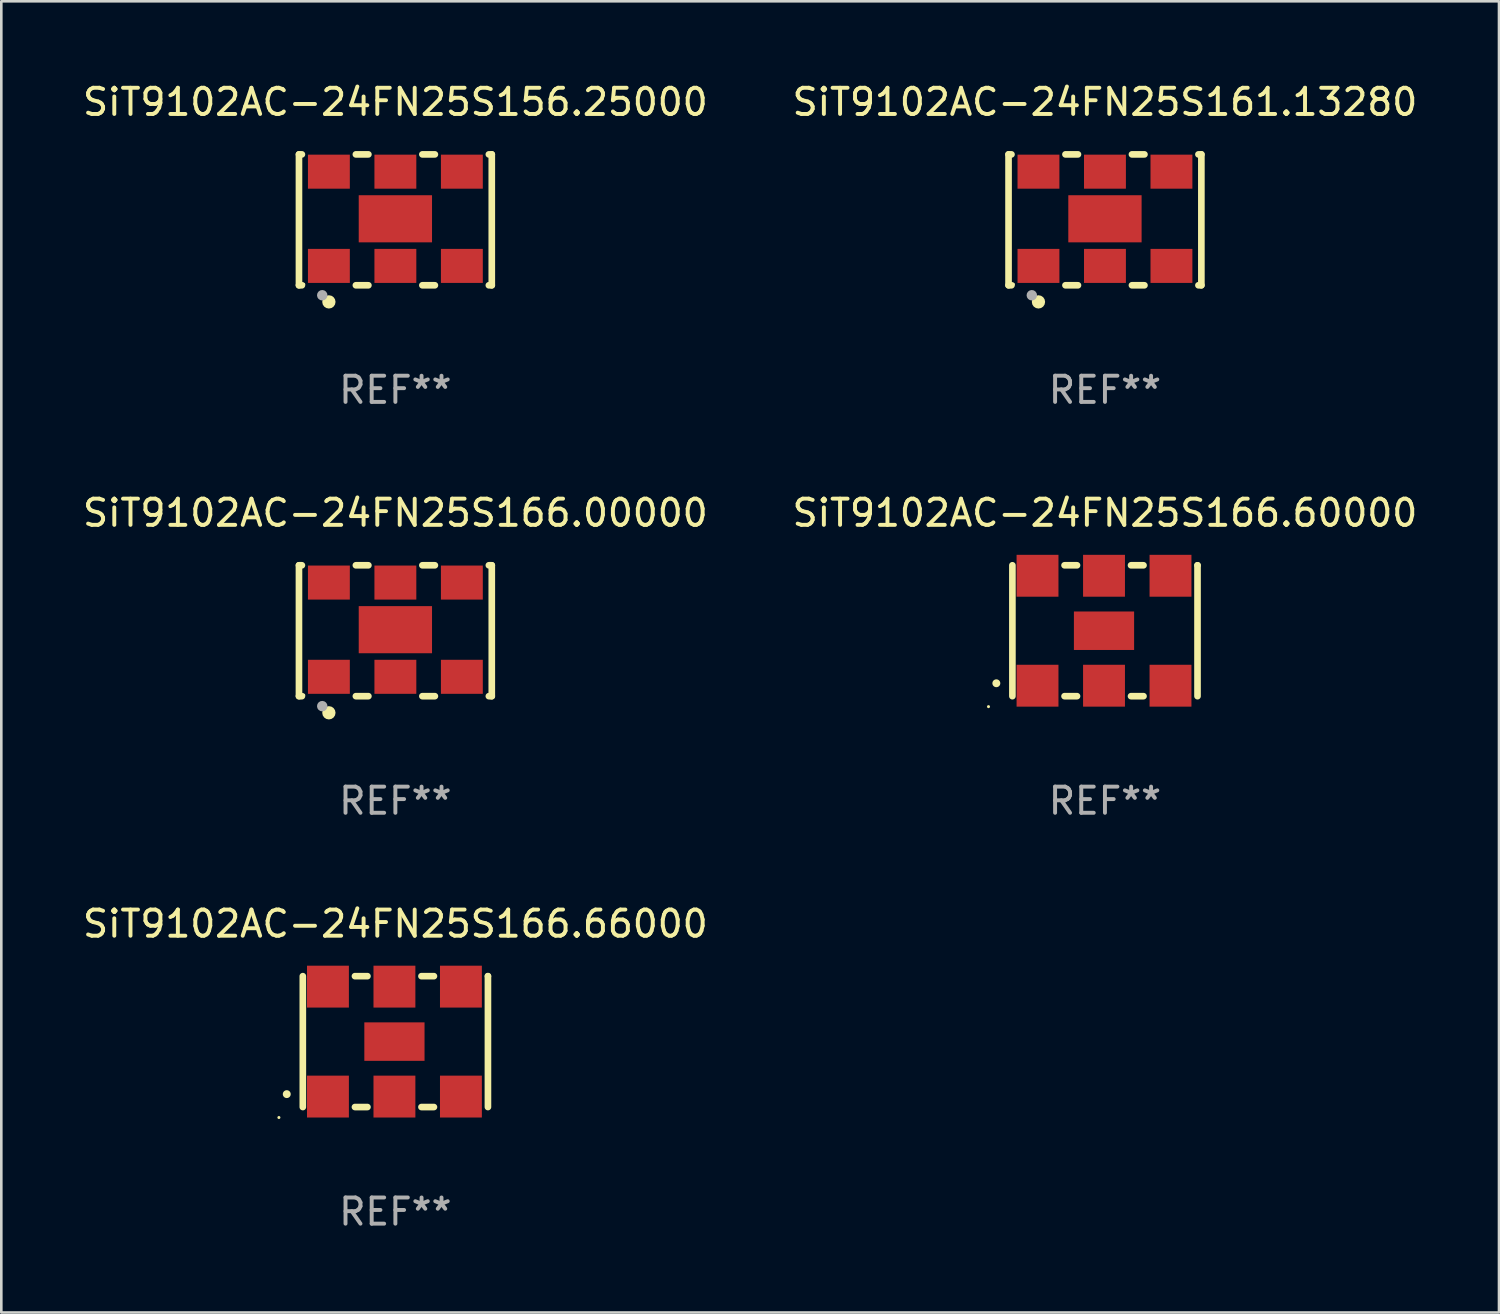
<source format=kicad_pcb>
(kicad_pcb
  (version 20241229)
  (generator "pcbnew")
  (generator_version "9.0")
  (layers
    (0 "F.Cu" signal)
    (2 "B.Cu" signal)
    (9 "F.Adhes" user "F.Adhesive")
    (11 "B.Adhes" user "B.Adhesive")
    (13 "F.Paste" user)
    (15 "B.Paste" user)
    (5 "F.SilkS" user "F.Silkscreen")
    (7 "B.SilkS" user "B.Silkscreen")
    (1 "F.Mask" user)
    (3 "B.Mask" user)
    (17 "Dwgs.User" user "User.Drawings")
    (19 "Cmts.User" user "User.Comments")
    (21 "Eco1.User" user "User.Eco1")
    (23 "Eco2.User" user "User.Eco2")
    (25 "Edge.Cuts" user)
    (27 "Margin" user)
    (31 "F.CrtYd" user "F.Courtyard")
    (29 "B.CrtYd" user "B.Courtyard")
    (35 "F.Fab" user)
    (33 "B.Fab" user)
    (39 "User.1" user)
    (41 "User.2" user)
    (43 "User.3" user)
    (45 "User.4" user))
  (footprint "SiT9102AC-24FN25S156.25000"
    (layer "F.Cu")
    (at 12.054 5.348)
    (property "Reference" "SiT9102AC-24FN25S156.25000" (at 0 -4.5 0) (layer "F.SilkS") (effects (font (size 1 1) (thickness 0.15))))
    (attr through_hole)
    (fp_line (start -3.683 -2.5) (end -3.571 -2.5) (stroke (width 0.254) (type solid)) (layer "F.SilkS"))
    (fp_line (start -3.683 2.5) (end -3.683 -2.5) (stroke (width 0.254) (type solid)) (layer "F.SilkS"))
    (fp_line (start -3.683 2.5) (end -3.571 2.5) (stroke (width 0.254) (type solid)) (layer "F.SilkS"))
    (fp_line (start -1.509 -2.5) (end -1.031 -2.5) (stroke (width 0.254) (type solid)) (layer "F.SilkS"))
    (fp_line (start -1.509 2.5) (end -1.031 2.5) (stroke (width 0.254) (type solid)) (layer "F.SilkS"))
    (fp_line (start 1.031 -2.5) (end 1.509 -2.5) (stroke (width 0.254) (type solid)) (layer "F.SilkS"))
    (fp_line (start 1.031 2.5) (end 1.509 2.5) (stroke (width 0.254) (type solid)) (layer "F.SilkS"))
    (fp_line (start 3.571 -2.5) (end 3.683 -2.5) (stroke (width 0.254) (type solid)) (layer "F.SilkS"))
    (fp_line (start 3.571 2.5) (end 3.683 2.5) (stroke (width 0.254) (type solid)) (layer "F.SilkS"))
    (fp_line (start 3.683 2.5) (end 3.683 -2.5) (stroke (width 0.254) (type solid)) (layer "F.SilkS"))
    (fp_circle (center -3.5 2.46) (end -3.47 2.46) (stroke (width 0.06) (type solid)) (fill no) (layer "F.SilkS"))
    (fp_circle (center -2.54 3.135) (end -2.413 3.135) (stroke (width 0.254) (type solid)) (fill no) (layer "F.SilkS"))
    (fp_circle (center -2.794 2.881) (end -2.694 2.881) (stroke (width 0.2) (type solid)) (fill no) (layer "F.Fab"))
    (fp_text user "REF**" (at 0 6.5 0) (layer "F.Fab") (effects (font (size 1 1) (thickness 0.15))))
    (pad "1" smd rect (at -2.54 1.76) (size 1.6 1.3) (layers "F.Cu" "F.Mask" "F.Paste"))
    (pad "2" smd rect (at 0 1.76) (size 1.6 1.3) (layers "F.Cu" "F.Mask" "F.Paste"))
    (pad "3" smd rect (at 2.54 1.76) (size 1.6 1.3) (layers "F.Cu" "F.Mask" "F.Paste"))
    (pad "4" smd rect (at 2.54 -1.84) (size 1.6 1.3) (layers "F.Cu" "F.Mask" "F.Paste"))
    (pad "5" smd rect (at 0 -1.84) (size 1.6 1.3) (layers "F.Cu" "F.Mask" "F.Paste"))
    (pad "6" smd rect (at -2.54 -1.84) (size 1.6 1.3) (layers "F.Cu" "F.Mask" "F.Paste"))
    (pad "7" smd rect (at 0 -0.04) (size 2.8 1.8) (layers "F.Cu" "F.Mask" "F.Paste")))
  (footprint "SiT9102AC-24FN25S166.66000"
    (layer "F.Cu")
    (at 12.054 36.741)
    (property "Reference" "SiT9102AC-24FN25S166.66000" (at 0 -4.5 0) (layer "F.SilkS") (effects (font (size 1 1) (thickness 0.15))))
    (attr through_hole)
    (fp_line (start -3.536 -2.5) (end -3.536 2.5) (stroke (width 0.254) (type solid)) (layer "F.SilkS"))
    (fp_line (start -1.544 2.5) (end -1.067 2.5) (stroke (width 0.254) (type solid)) (layer "F.SilkS"))
    (fp_line (start -1.067 -2.5) (end -1.544 -2.5) (stroke (width 0.254) (type solid)) (layer "F.SilkS"))
    (fp_line (start 0.996 2.5) (end 1.473 2.5) (stroke (width 0.254) (type solid)) (layer "F.SilkS"))
    (fp_line (start 1.473 -2.5) (end 0.996 -2.5) (stroke (width 0.254) (type solid)) (layer "F.SilkS"))
    (fp_line (start 3.536 -2.5) (end 3.536 -2.5) (stroke (width 0.254) (type solid)) (layer "F.SilkS"))
    (fp_line (start 3.536 2.5) (end 3.536 -2.5) (stroke (width 0.254) (type solid)) (layer "F.SilkS"))
    (fp_arc (start -4.150432 2.006604) (mid -4.149162 2.006599) (end -4.147892 2.006604) (stroke (width 0.3) (type solid)) (layer "F.SilkS"))
    (fp_circle (center -4.449 2.9) (end -4.419 2.9) (stroke (width 0.06) (type solid)) (fill no) (layer "F.SilkS"))
    (fp_text user "REF**" (at 0 6.5 0) (layer "F.Fab") (effects (font (size 1 1) (thickness 0.15))))
    (pad "1" smd rect (at -2.576 2.1) (size 1.6 1.6) (layers "F.Cu" "F.Mask" "F.Paste"))
    (pad "2" smd rect (at -0.036 2.1) (size 1.6 1.6) (layers "F.Cu" "F.Mask" "F.Paste"))
    (pad "3" smd rect (at 2.504 2.1) (size 1.6 1.6) (layers "F.Cu" "F.Mask" "F.Paste"))
    (pad "4" smd rect (at 2.504 -2.1) (size 1.6 1.6) (layers "F.Cu" "F.Mask" "F.Paste"))
    (pad "5" smd rect (at -0.036 -2.1) (size 1.6 1.6) (layers "F.Cu" "F.Mask" "F.Paste"))
    (pad "6" smd rect (at -2.576 -2.1) (size 1.6 1.6) (layers "F.Cu" "F.Mask" "F.Paste"))
    (pad "7" smd rect (at -0.036 0) (size 2.3 1.47) (layers "F.Cu" "F.Mask" "F.Paste")))
  (footprint "SiT9102AC-24FN25S166.60000"
    (layer "F.Cu")
    (at 39.161 21.045)
    (property "Reference" "SiT9102AC-24FN25S166.60000" (at 0 -4.5 0) (layer "F.SilkS") (effects (font (size 1 1) (thickness 0.15))))
    (attr through_hole)
    (fp_line (start -3.536 -2.5) (end -3.536 2.5) (stroke (width 0.254) (type solid)) (layer "F.SilkS"))
    (fp_line (start -1.544 2.5) (end -1.067 2.5) (stroke (width 0.254) (type solid)) (layer "F.SilkS"))
    (fp_line (start -1.067 -2.5) (end -1.544 -2.5) (stroke (width 0.254) (type solid)) (layer "F.SilkS"))
    (fp_line (start 0.996 2.5) (end 1.473 2.5) (stroke (width 0.254) (type solid)) (layer "F.SilkS"))
    (fp_line (start 1.473 -2.5) (end 0.996 -2.5) (stroke (width 0.254) (type solid)) (layer "F.SilkS"))
    (fp_line (start 3.536 -2.5) (end 3.536 -2.5) (stroke (width 0.254) (type solid)) (layer "F.SilkS"))
    (fp_line (start 3.536 2.5) (end 3.536 -2.5) (stroke (width 0.254) (type solid)) (layer "F.SilkS"))
    (fp_arc (start -4.150432 2.006604) (mid -4.149162 2.006599) (end -4.147892 2.006604) (stroke (width 0.3) (type solid)) (layer "F.SilkS"))
    (fp_circle (center -4.449 2.9) (end -4.419 2.9) (stroke (width 0.06) (type solid)) (fill no) (layer "F.SilkS"))
    (fp_text user "REF**" (at 0 6.5 0) (layer "F.Fab") (effects (font (size 1 1) (thickness 0.15))))
    (pad "1" smd rect (at -2.576 2.1) (size 1.6 1.6) (layers "F.Cu" "F.Mask" "F.Paste"))
    (pad "2" smd rect (at -0.036 2.1) (size 1.6 1.6) (layers "F.Cu" "F.Mask" "F.Paste"))
    (pad "3" smd rect (at 2.504 2.1) (size 1.6 1.6) (layers "F.Cu" "F.Mask" "F.Paste"))
    (pad "4" smd rect (at 2.504 -2.1) (size 1.6 1.6) (layers "F.Cu" "F.Mask" "F.Paste"))
    (pad "5" smd rect (at -0.036 -2.1) (size 1.6 1.6) (layers "F.Cu" "F.Mask" "F.Paste"))
    (pad "6" smd rect (at -2.576 -2.1) (size 1.6 1.6) (layers "F.Cu" "F.Mask" "F.Paste"))
    (pad "7" smd rect (at -0.036 0) (size 2.3 1.47) (layers "F.Cu" "F.Mask" "F.Paste")))
  (footprint "SiT9102AC-24FN25S161.13280"
    (layer "F.Cu")
    (at 39.161 5.348)
    (property "Reference" "SiT9102AC-24FN25S161.13280" (at 0 -4.5 0) (layer "F.SilkS") (effects (font (size 1 1) (thickness 0.15))))
    (attr through_hole)
    (fp_line (start -3.683 -2.5) (end -3.571 -2.5) (stroke (width 0.254) (type solid)) (layer "F.SilkS"))
    (fp_line (start -3.683 2.5) (end -3.683 -2.5) (stroke (width 0.254) (type solid)) (layer "F.SilkS"))
    (fp_line (start -3.683 2.5) (end -3.571 2.5) (stroke (width 0.254) (type solid)) (layer "F.SilkS"))
    (fp_line (start -1.509 -2.5) (end -1.031 -2.5) (stroke (width 0.254) (type solid)) (layer "F.SilkS"))
    (fp_line (start -1.509 2.5) (end -1.031 2.5) (stroke (width 0.254) (type solid)) (layer "F.SilkS"))
    (fp_line (start 1.031 -2.5) (end 1.509 -2.5) (stroke (width 0.254) (type solid)) (layer "F.SilkS"))
    (fp_line (start 1.031 2.5) (end 1.509 2.5) (stroke (width 0.254) (type solid)) (layer "F.SilkS"))
    (fp_line (start 3.571 -2.5) (end 3.683 -2.5) (stroke (width 0.254) (type solid)) (layer "F.SilkS"))
    (fp_line (start 3.571 2.5) (end 3.683 2.5) (stroke (width 0.254) (type solid)) (layer "F.SilkS"))
    (fp_line (start 3.683 2.5) (end 3.683 -2.5) (stroke (width 0.254) (type solid)) (layer "F.SilkS"))
    (fp_circle (center -3.5 2.46) (end -3.47 2.46) (stroke (width 0.06) (type solid)) (fill no) (layer "F.SilkS"))
    (fp_circle (center -2.54 3.135) (end -2.413 3.135) (stroke (width 0.254) (type solid)) (fill no) (layer "F.SilkS"))
    (fp_circle (center -2.794 2.881) (end -2.694 2.881) (stroke (width 0.2) (type solid)) (fill no) (layer "F.Fab"))
    (fp_text user "REF**" (at 0 6.5 0) (layer "F.Fab") (effects (font (size 1 1) (thickness 0.15))))
    (pad "1" smd rect (at -2.54 1.76) (size 1.6 1.3) (layers "F.Cu" "F.Mask" "F.Paste"))
    (pad "2" smd rect (at 0 1.76) (size 1.6 1.3) (layers "F.Cu" "F.Mask" "F.Paste"))
    (pad "3" smd rect (at 2.54 1.76) (size 1.6 1.3) (layers "F.Cu" "F.Mask" "F.Paste"))
    (pad "4" smd rect (at 2.54 -1.84) (size 1.6 1.3) (layers "F.Cu" "F.Mask" "F.Paste"))
    (pad "5" smd rect (at 0 -1.84) (size 1.6 1.3) (layers "F.Cu" "F.Mask" "F.Paste"))
    (pad "6" smd rect (at -2.54 -1.84) (size 1.6 1.3) (layers "F.Cu" "F.Mask" "F.Paste"))
    (pad "7" smd rect (at 0 -0.04) (size 2.8 1.8) (layers "F.Cu" "F.Mask" "F.Paste")))
  (footprint "SiT9102AC-24FN25S166.00000"
    (layer "F.Cu")
    (at 12.054 21.045)
    (property "Reference" "SiT9102AC-24FN25S166.00000" (at 0 -4.5 0) (layer "F.SilkS") (effects (font (size 1 1) (thickness 0.15))))
    (attr through_hole)
    (fp_line (start -3.683 -2.5) (end -3.571 -2.5) (stroke (width 0.254) (type solid)) (layer "F.SilkS"))
    (fp_line (start -3.683 2.5) (end -3.683 -2.5) (stroke (width 0.254) (type solid)) (layer "F.SilkS"))
    (fp_line (start -3.683 2.5) (end -3.571 2.5) (stroke (width 0.254) (type solid)) (layer "F.SilkS"))
    (fp_line (start -1.509 -2.5) (end -1.031 -2.5) (stroke (width 0.254) (type solid)) (layer "F.SilkS"))
    (fp_line (start -1.509 2.5) (end -1.031 2.5) (stroke (width 0.254) (type solid)) (layer "F.SilkS"))
    (fp_line (start 1.031 -2.5) (end 1.509 -2.5) (stroke (width 0.254) (type solid)) (layer "F.SilkS"))
    (fp_line (start 1.031 2.5) (end 1.509 2.5) (stroke (width 0.254) (type solid)) (layer "F.SilkS"))
    (fp_line (start 3.571 -2.5) (end 3.683 -2.5) (stroke (width 0.254) (type solid)) (layer "F.SilkS"))
    (fp_line (start 3.571 2.5) (end 3.683 2.5) (stroke (width 0.254) (type solid)) (layer "F.SilkS"))
    (fp_line (start 3.683 2.5) (end 3.683 -2.5) (stroke (width 0.254) (type solid)) (layer "F.SilkS"))
    (fp_circle (center -3.5 2.46) (end -3.47 2.46) (stroke (width 0.06) (type solid)) (fill no) (layer "F.SilkS"))
    (fp_circle (center -2.54 3.135) (end -2.413 3.135) (stroke (width 0.254) (type solid)) (fill no) (layer "F.SilkS"))
    (fp_circle (center -2.794 2.881) (end -2.694 2.881) (stroke (width 0.2) (type solid)) (fill no) (layer "F.Fab"))
    (fp_text user "REF**" (at 0 6.5 0) (layer "F.Fab") (effects (font (size 1 1) (thickness 0.15))))
    (pad "1" smd rect (at -2.54 1.76) (size 1.6 1.3) (layers "F.Cu" "F.Mask" "F.Paste"))
    (pad "2" smd rect (at 0 1.76) (size 1.6 1.3) (layers "F.Cu" "F.Mask" "F.Paste"))
    (pad "3" smd rect (at 2.54 1.76) (size 1.6 1.3) (layers "F.Cu" "F.Mask" "F.Paste"))
    (pad "4" smd rect (at 2.54 -1.84) (size 1.6 1.3) (layers "F.Cu" "F.Mask" "F.Paste"))
    (pad "5" smd rect (at 0 -1.84) (size 1.6 1.3) (layers "F.Cu" "F.Mask" "F.Paste"))
    (pad "6" smd rect (at -2.54 -1.84) (size 1.6 1.3) (layers "F.Cu" "F.Mask" "F.Paste"))
    (pad "7" smd rect (at 0 -0.04) (size 2.8 1.8) (layers "F.Cu" "F.Mask" "F.Paste")))
  (gr_rect
    (start -3 -3)
    (end 54.214 47.09)
    (stroke (width 0.1) (type default))
    (fill no)
    (layer "Edge.Cuts")))
</source>
